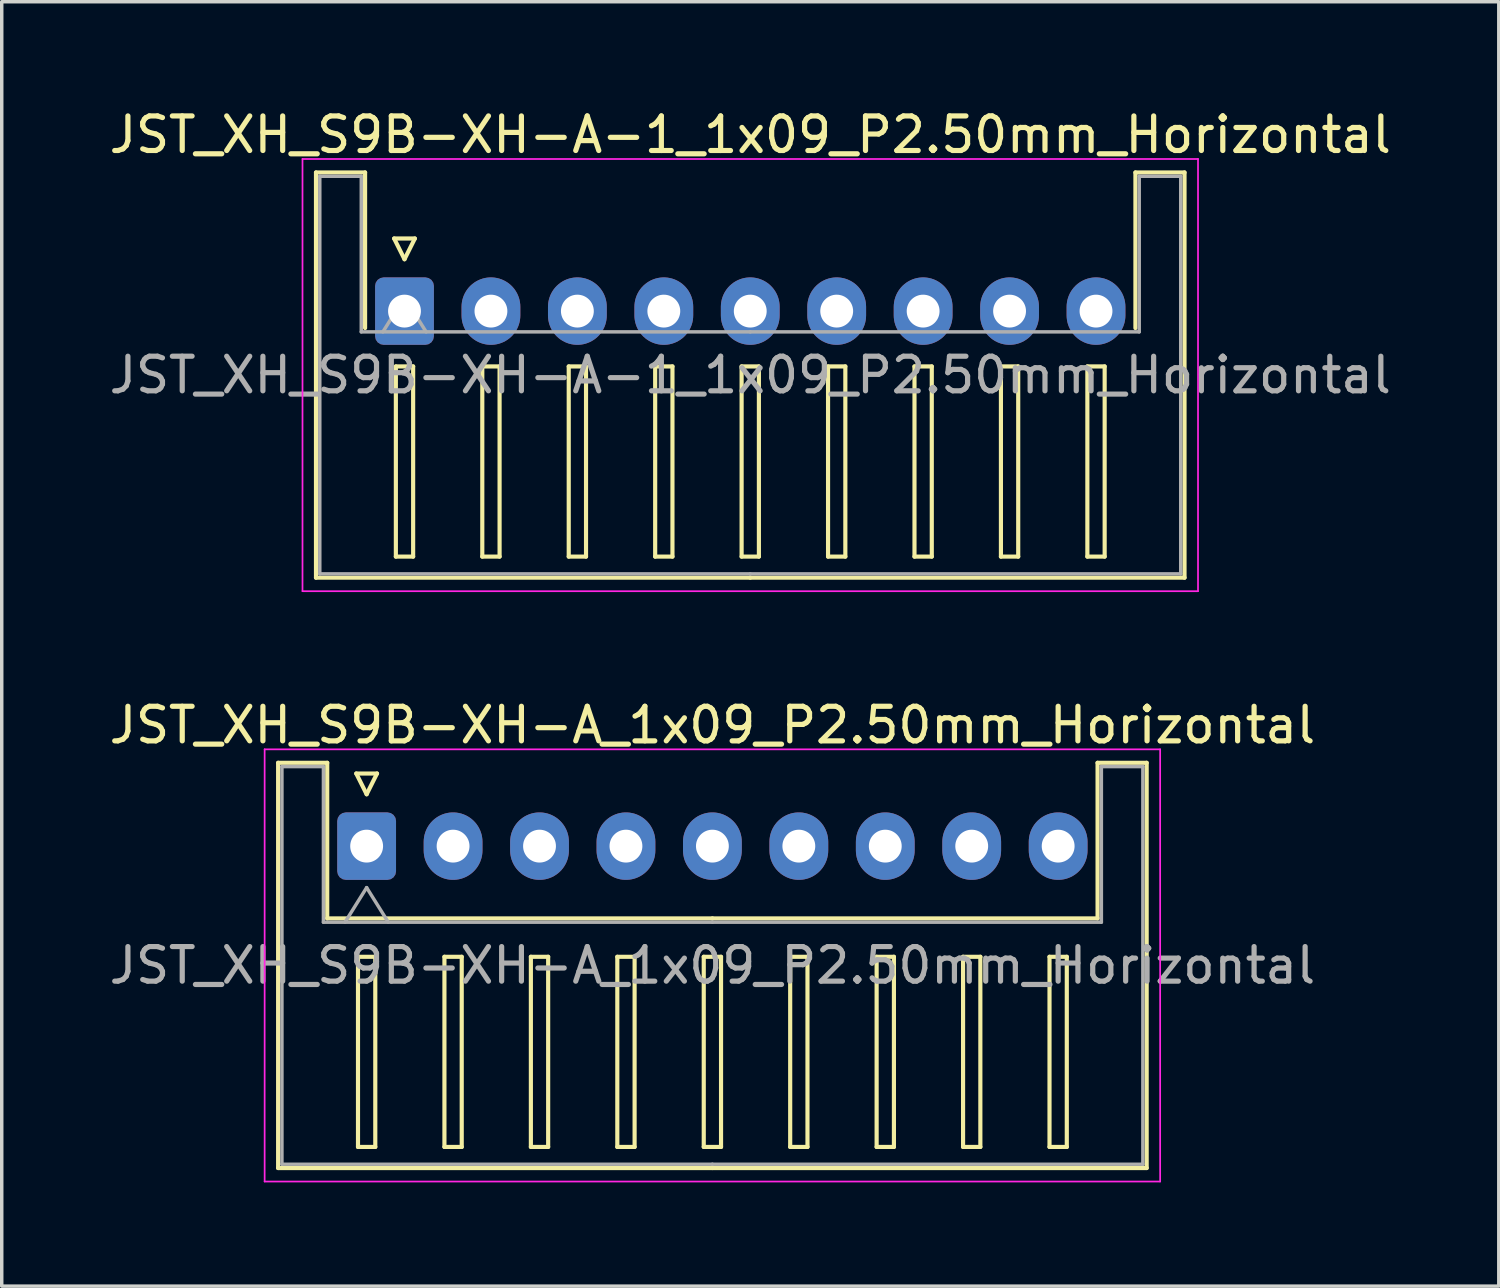
<source format=kicad_pcb>
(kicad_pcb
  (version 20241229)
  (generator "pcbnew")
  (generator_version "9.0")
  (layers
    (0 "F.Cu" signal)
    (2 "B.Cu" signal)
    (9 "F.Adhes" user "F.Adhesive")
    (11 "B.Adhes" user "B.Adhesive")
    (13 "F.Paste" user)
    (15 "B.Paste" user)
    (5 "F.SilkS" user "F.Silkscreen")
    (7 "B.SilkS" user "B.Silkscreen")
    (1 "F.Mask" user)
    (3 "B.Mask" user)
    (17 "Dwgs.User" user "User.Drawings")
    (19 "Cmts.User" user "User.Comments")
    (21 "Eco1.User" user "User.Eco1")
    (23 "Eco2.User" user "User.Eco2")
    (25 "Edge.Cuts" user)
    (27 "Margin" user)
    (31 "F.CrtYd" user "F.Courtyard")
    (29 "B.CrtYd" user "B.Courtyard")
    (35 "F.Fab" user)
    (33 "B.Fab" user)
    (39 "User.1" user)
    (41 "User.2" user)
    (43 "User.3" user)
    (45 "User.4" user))
  (footprint "JST_XH_S9B-XH-A-1_1x09_P2.50mm_Horizontal"
    (layer "F.Cu")
    (at 8.649 5.948)
    (property "Reference" "JST_XH_S9B-XH-A-1_1x09_P2.50mm_Horizontal" (at 10 -5.1 0) (layer "F.SilkS") (effects (font (size 1 1) (thickness 0.15))))
    (attr through_hole)
    (fp_line (start -2.56 -4.01) (end -1.14 -4.01) (stroke (width 0.12) (type solid)) (layer "F.SilkS"))
    (fp_line (start -2.56 7.71) (end -2.56 -4.01) (stroke (width 0.12) (type solid)) (layer "F.SilkS"))
    (fp_line (start -1.14 -4.01) (end -1.14 0.49) (stroke (width 0.12) (type solid)) (layer "F.SilkS"))
    (fp_line (start -0.3 -2.1) (end 0.3 -2.1) (stroke (width 0.12) (type solid)) (layer "F.SilkS"))
    (fp_line (start -0.25 1.6) (end -0.25 7.1) (stroke (width 0.12) (type solid)) (layer "F.SilkS"))
    (fp_line (start -0.25 7.1) (end 0.25 7.1) (stroke (width 0.12) (type solid)) (layer "F.SilkS"))
    (fp_line (start 0 -1.5) (end -0.3 -2.1) (stroke (width 0.12) (type solid)) (layer "F.SilkS"))
    (fp_line (start 0.25 1.6) (end -0.25 1.6) (stroke (width 0.12) (type solid)) (layer "F.SilkS"))
    (fp_line (start 0.25 7.1) (end 0.25 1.6) (stroke (width 0.12) (type solid)) (layer "F.SilkS"))
    (fp_line (start 0.3 -2.1) (end 0 -1.5) (stroke (width 0.12) (type solid)) (layer "F.SilkS"))
    (fp_line (start 2.25 1.6) (end 2.25 7.1) (stroke (width 0.12) (type solid)) (layer "F.SilkS"))
    (fp_line (start 2.25 7.1) (end 2.75 7.1) (stroke (width 0.12) (type solid)) (layer "F.SilkS"))
    (fp_line (start 2.75 1.6) (end 2.25 1.6) (stroke (width 0.12) (type solid)) (layer "F.SilkS"))
    (fp_line (start 2.75 7.1) (end 2.75 1.6) (stroke (width 0.12) (type solid)) (layer "F.SilkS"))
    (fp_line (start 4.75 1.6) (end 4.75 7.1) (stroke (width 0.12) (type solid)) (layer "F.SilkS"))
    (fp_line (start 4.75 7.1) (end 5.25 7.1) (stroke (width 0.12) (type solid)) (layer "F.SilkS"))
    (fp_line (start 5.25 1.6) (end 4.75 1.6) (stroke (width 0.12) (type solid)) (layer "F.SilkS"))
    (fp_line (start 5.25 7.1) (end 5.25 1.6) (stroke (width 0.12) (type solid)) (layer "F.SilkS"))
    (fp_line (start 7.25 1.6) (end 7.25 7.1) (stroke (width 0.12) (type solid)) (layer "F.SilkS"))
    (fp_line (start 7.25 7.1) (end 7.75 7.1) (stroke (width 0.12) (type solid)) (layer "F.SilkS"))
    (fp_line (start 7.75 1.6) (end 7.25 1.6) (stroke (width 0.12) (type solid)) (layer "F.SilkS"))
    (fp_line (start 7.75 7.1) (end 7.75 1.6) (stroke (width 0.12) (type solid)) (layer "F.SilkS"))
    (fp_line (start 9.75 1.6) (end 9.75 7.1) (stroke (width 0.12) (type solid)) (layer "F.SilkS"))
    (fp_line (start 9.75 7.1) (end 10.25 7.1) (stroke (width 0.12) (type solid)) (layer "F.SilkS"))
    (fp_line (start 10 7.71) (end -2.56 7.71) (stroke (width 0.12) (type solid)) (layer "F.SilkS"))
    (fp_line (start 10 7.71) (end 22.56 7.71) (stroke (width 0.12) (type solid)) (layer "F.SilkS"))
    (fp_line (start 10.25 1.6) (end 9.75 1.6) (stroke (width 0.12) (type solid)) (layer "F.SilkS"))
    (fp_line (start 10.25 7.1) (end 10.25 1.6) (stroke (width 0.12) (type solid)) (layer "F.SilkS"))
    (fp_line (start 12.25 1.6) (end 12.25 7.1) (stroke (width 0.12) (type solid)) (layer "F.SilkS"))
    (fp_line (start 12.25 7.1) (end 12.75 7.1) (stroke (width 0.12) (type solid)) (layer "F.SilkS"))
    (fp_line (start 12.75 1.6) (end 12.25 1.6) (stroke (width 0.12) (type solid)) (layer "F.SilkS"))
    (fp_line (start 12.75 7.1) (end 12.75 1.6) (stroke (width 0.12) (type solid)) (layer "F.SilkS"))
    (fp_line (start 14.75 1.6) (end 14.75 7.1) (stroke (width 0.12) (type solid)) (layer "F.SilkS"))
    (fp_line (start 14.75 7.1) (end 15.25 7.1) (stroke (width 0.12) (type solid)) (layer "F.SilkS"))
    (fp_line (start 15.25 1.6) (end 14.75 1.6) (stroke (width 0.12) (type solid)) (layer "F.SilkS"))
    (fp_line (start 15.25 7.1) (end 15.25 1.6) (stroke (width 0.12) (type solid)) (layer "F.SilkS"))
    (fp_line (start 17.25 1.6) (end 17.25 7.1) (stroke (width 0.12) (type solid)) (layer "F.SilkS"))
    (fp_line (start 17.25 7.1) (end 17.75 7.1) (stroke (width 0.12) (type solid)) (layer "F.SilkS"))
    (fp_line (start 17.75 1.6) (end 17.25 1.6) (stroke (width 0.12) (type solid)) (layer "F.SilkS"))
    (fp_line (start 17.75 7.1) (end 17.75 1.6) (stroke (width 0.12) (type solid)) (layer "F.SilkS"))
    (fp_line (start 19.75 1.6) (end 19.75 7.1) (stroke (width 0.12) (type solid)) (layer "F.SilkS"))
    (fp_line (start 19.75 7.1) (end 20.25 7.1) (stroke (width 0.12) (type solid)) (layer "F.SilkS"))
    (fp_line (start 20.25 1.6) (end 19.75 1.6) (stroke (width 0.12) (type solid)) (layer "F.SilkS"))
    (fp_line (start 20.25 7.1) (end 20.25 1.6) (stroke (width 0.12) (type solid)) (layer "F.SilkS"))
    (fp_line (start 21.14 -4.01) (end 21.14 0.49) (stroke (width 0.12) (type solid)) (layer "F.SilkS"))
    (fp_line (start 22.56 -4.01) (end 21.14 -4.01) (stroke (width 0.12) (type solid)) (layer "F.SilkS"))
    (fp_line (start 22.56 7.71) (end 22.56 -4.01) (stroke (width 0.12) (type solid)) (layer "F.SilkS"))
    (fp_line (start -2.95 -4.4) (end -2.95 8.1) (stroke (width 0.05) (type solid)) (layer "F.CrtYd"))
    (fp_line (start -2.95 8.1) (end 22.95 8.1) (stroke (width 0.05) (type solid)) (layer "F.CrtYd"))
    (fp_line (start 22.95 -4.4) (end -2.95 -4.4) (stroke (width 0.05) (type solid)) (layer "F.CrtYd"))
    (fp_line (start 22.95 8.1) (end 22.95 -4.4) (stroke (width 0.05) (type solid)) (layer "F.CrtYd"))
    (fp_line (start -2.45 -3.9) (end -1.25 -3.9) (stroke (width 0.1) (type solid)) (layer "F.Fab"))
    (fp_line (start -2.45 7.6) (end -2.45 -3.9) (stroke (width 0.1) (type solid)) (layer "F.Fab"))
    (fp_line (start -1.25 -3.9) (end -1.25 0.6) (stroke (width 0.1) (type solid)) (layer "F.Fab"))
    (fp_line (start -1.25 0.6) (end 10 0.6) (stroke (width 0.1) (type solid)) (layer "F.Fab"))
    (fp_line (start -0.625 0.6) (end 0 -0.4) (stroke (width 0.1) (type solid)) (layer "F.Fab"))
    (fp_line (start 0 -0.4) (end 0.625 0.6) (stroke (width 0.1) (type solid)) (layer "F.Fab"))
    (fp_line (start 10 7.6) (end -2.45 7.6) (stroke (width 0.1) (type solid)) (layer "F.Fab"))
    (fp_line (start 10 7.6) (end 22.45 7.6) (stroke (width 0.1) (type solid)) (layer "F.Fab"))
    (fp_line (start 21.25 -3.9) (end 21.25 0.6) (stroke (width 0.1) (type solid)) (layer "F.Fab"))
    (fp_line (start 21.25 0.6) (end 10 0.6) (stroke (width 0.1) (type solid)) (layer "F.Fab"))
    (fp_line (start 22.45 -3.9) (end 21.25 -3.9) (stroke (width 0.1) (type solid)) (layer "F.Fab"))
    (fp_line (start 22.45 7.6) (end 22.45 -3.9) (stroke (width 0.1) (type solid)) (layer "F.Fab"))
    (fp_text user "${REFERENCE}" (at 10 1.85 0) (layer "F.Fab") (effects (font (size 1 1) (thickness 0.15))))
    (pad "1" thru_hole roundrect (at 0 0) (size 1.7 1.95) (drill 0.95) (layers "*.Cu" "*.Mask") (roundrect_rratio 0.147))
    (pad "2" thru_hole oval (at 2.5 0) (size 1.7 1.95) (drill 0.95) (layers "*.Cu" "*.Mask"))
    (pad "3" thru_hole oval (at 5 0) (size 1.7 1.95) (drill 0.95) (layers "*.Cu" "*.Mask"))
    (pad "4" thru_hole oval (at 7.5 0) (size 1.7 1.95) (drill 0.95) (layers "*.Cu" "*.Mask"))
    (pad "5" thru_hole oval (at 10 0) (size 1.7 1.95) (drill 0.95) (layers "*.Cu" "*.Mask"))
    (pad "6" thru_hole oval (at 12.5 0) (size 1.7 1.95) (drill 0.95) (layers "*.Cu" "*.Mask"))
    (pad "7" thru_hole oval (at 15 0) (size 1.7 1.95) (drill 0.95) (layers "*.Cu" "*.Mask"))
    (pad "8" thru_hole oval (at 17.5 0) (size 1.7 1.95) (drill 0.95) (layers "*.Cu" "*.Mask"))
    (pad "9" thru_hole oval (at 20 0) (size 1.7 1.95) (drill 0.95) (layers "*.Cu" "*.Mask")))
  (footprint "JST_XH_S9B-XH-A_1x09_P2.50mm_Horizontal"
    (layer "F.Cu")
    (at 7.554 21.422)
    (property "Reference" "JST_XH_S9B-XH-A_1x09_P2.50mm_Horizontal" (at 10 -3.5 0) (layer "F.SilkS") (effects (font (size 1 1) (thickness 0.15))))
    (attr through_hole)
    (fp_line (start -2.56 -2.41) (end -1.14 -2.41) (stroke (width 0.12) (type solid)) (layer "F.SilkS"))
    (fp_line (start -2.56 9.31) (end -2.56 -2.41) (stroke (width 0.12) (type solid)) (layer "F.SilkS"))
    (fp_line (start -1.14 -2.41) (end -1.14 2.09) (stroke (width 0.12) (type solid)) (layer "F.SilkS"))
    (fp_line (start -1.14 2.09) (end 10 2.09) (stroke (width 0.12) (type solid)) (layer "F.SilkS"))
    (fp_line (start -0.3 -2.1) (end 0.3 -2.1) (stroke (width 0.12) (type solid)) (layer "F.SilkS"))
    (fp_line (start -0.25 3.2) (end -0.25 8.7) (stroke (width 0.12) (type solid)) (layer "F.SilkS"))
    (fp_line (start -0.25 8.7) (end 0.25 8.7) (stroke (width 0.12) (type solid)) (layer "F.SilkS"))
    (fp_line (start 0 -1.5) (end -0.3 -2.1) (stroke (width 0.12) (type solid)) (layer "F.SilkS"))
    (fp_line (start 0.25 3.2) (end -0.25 3.2) (stroke (width 0.12) (type solid)) (layer "F.SilkS"))
    (fp_line (start 0.25 8.7) (end 0.25 3.2) (stroke (width 0.12) (type solid)) (layer "F.SilkS"))
    (fp_line (start 0.3 -2.1) (end 0 -1.5) (stroke (width 0.12) (type solid)) (layer "F.SilkS"))
    (fp_line (start 2.25 3.2) (end 2.25 8.7) (stroke (width 0.12) (type solid)) (layer "F.SilkS"))
    (fp_line (start 2.25 8.7) (end 2.75 8.7) (stroke (width 0.12) (type solid)) (layer "F.SilkS"))
    (fp_line (start 2.75 3.2) (end 2.25 3.2) (stroke (width 0.12) (type solid)) (layer "F.SilkS"))
    (fp_line (start 2.75 8.7) (end 2.75 3.2) (stroke (width 0.12) (type solid)) (layer "F.SilkS"))
    (fp_line (start 4.75 3.2) (end 4.75 8.7) (stroke (width 0.12) (type solid)) (layer "F.SilkS"))
    (fp_line (start 4.75 8.7) (end 5.25 8.7) (stroke (width 0.12) (type solid)) (layer "F.SilkS"))
    (fp_line (start 5.25 3.2) (end 4.75 3.2) (stroke (width 0.12) (type solid)) (layer "F.SilkS"))
    (fp_line (start 5.25 8.7) (end 5.25 3.2) (stroke (width 0.12) (type solid)) (layer "F.SilkS"))
    (fp_line (start 7.25 3.2) (end 7.25 8.7) (stroke (width 0.12) (type solid)) (layer "F.SilkS"))
    (fp_line (start 7.25 8.7) (end 7.75 8.7) (stroke (width 0.12) (type solid)) (layer "F.SilkS"))
    (fp_line (start 7.75 3.2) (end 7.25 3.2) (stroke (width 0.12) (type solid)) (layer "F.SilkS"))
    (fp_line (start 7.75 8.7) (end 7.75 3.2) (stroke (width 0.12) (type solid)) (layer "F.SilkS"))
    (fp_line (start 9.75 3.2) (end 9.75 8.7) (stroke (width 0.12) (type solid)) (layer "F.SilkS"))
    (fp_line (start 9.75 8.7) (end 10.25 8.7) (stroke (width 0.12) (type solid)) (layer "F.SilkS"))
    (fp_line (start 10 9.31) (end -2.56 9.31) (stroke (width 0.12) (type solid)) (layer "F.SilkS"))
    (fp_line (start 10 9.31) (end 22.56 9.31) (stroke (width 0.12) (type solid)) (layer "F.SilkS"))
    (fp_line (start 10.25 3.2) (end 9.75 3.2) (stroke (width 0.12) (type solid)) (layer "F.SilkS"))
    (fp_line (start 10.25 8.7) (end 10.25 3.2) (stroke (width 0.12) (type solid)) (layer "F.SilkS"))
    (fp_line (start 12.25 3.2) (end 12.25 8.7) (stroke (width 0.12) (type solid)) (layer "F.SilkS"))
    (fp_line (start 12.25 8.7) (end 12.75 8.7) (stroke (width 0.12) (type solid)) (layer "F.SilkS"))
    (fp_line (start 12.75 3.2) (end 12.25 3.2) (stroke (width 0.12) (type solid)) (layer "F.SilkS"))
    (fp_line (start 12.75 8.7) (end 12.75 3.2) (stroke (width 0.12) (type solid)) (layer "F.SilkS"))
    (fp_line (start 14.75 3.2) (end 14.75 8.7) (stroke (width 0.12) (type solid)) (layer "F.SilkS"))
    (fp_line (start 14.75 8.7) (end 15.25 8.7) (stroke (width 0.12) (type solid)) (layer "F.SilkS"))
    (fp_line (start 15.25 3.2) (end 14.75 3.2) (stroke (width 0.12) (type solid)) (layer "F.SilkS"))
    (fp_line (start 15.25 8.7) (end 15.25 3.2) (stroke (width 0.12) (type solid)) (layer "F.SilkS"))
    (fp_line (start 17.25 3.2) (end 17.25 8.7) (stroke (width 0.12) (type solid)) (layer "F.SilkS"))
    (fp_line (start 17.25 8.7) (end 17.75 8.7) (stroke (width 0.12) (type solid)) (layer "F.SilkS"))
    (fp_line (start 17.75 3.2) (end 17.25 3.2) (stroke (width 0.12) (type solid)) (layer "F.SilkS"))
    (fp_line (start 17.75 8.7) (end 17.75 3.2) (stroke (width 0.12) (type solid)) (layer "F.SilkS"))
    (fp_line (start 19.75 3.2) (end 19.75 8.7) (stroke (width 0.12) (type solid)) (layer "F.SilkS"))
    (fp_line (start 19.75 8.7) (end 20.25 8.7) (stroke (width 0.12) (type solid)) (layer "F.SilkS"))
    (fp_line (start 20.25 3.2) (end 19.75 3.2) (stroke (width 0.12) (type solid)) (layer "F.SilkS"))
    (fp_line (start 20.25 8.7) (end 20.25 3.2) (stroke (width 0.12) (type solid)) (layer "F.SilkS"))
    (fp_line (start 21.14 -2.41) (end 21.14 2.09) (stroke (width 0.12) (type solid)) (layer "F.SilkS"))
    (fp_line (start 21.14 2.09) (end 10 2.09) (stroke (width 0.12) (type solid)) (layer "F.SilkS"))
    (fp_line (start 22.56 -2.41) (end 21.14 -2.41) (stroke (width 0.12) (type solid)) (layer "F.SilkS"))
    (fp_line (start 22.56 9.31) (end 22.56 -2.41) (stroke (width 0.12) (type solid)) (layer "F.SilkS"))
    (fp_line (start -2.95 -2.8) (end -2.95 9.7) (stroke (width 0.05) (type solid)) (layer "F.CrtYd"))
    (fp_line (start -2.95 9.7) (end 22.95 9.7) (stroke (width 0.05) (type solid)) (layer "F.CrtYd"))
    (fp_line (start 22.95 -2.8) (end -2.95 -2.8) (stroke (width 0.05) (type solid)) (layer "F.CrtYd"))
    (fp_line (start 22.95 9.7) (end 22.95 -2.8) (stroke (width 0.05) (type solid)) (layer "F.CrtYd"))
    (fp_line (start -2.45 -2.3) (end -1.25 -2.3) (stroke (width 0.1) (type solid)) (layer "F.Fab"))
    (fp_line (start -2.45 9.2) (end -2.45 -2.3) (stroke (width 0.1) (type solid)) (layer "F.Fab"))
    (fp_line (start -1.25 -2.3) (end -1.25 2.2) (stroke (width 0.1) (type solid)) (layer "F.Fab"))
    (fp_line (start -1.25 2.2) (end 10 2.2) (stroke (width 0.1) (type solid)) (layer "F.Fab"))
    (fp_line (start -0.625 2.2) (end 0 1.2) (stroke (width 0.1) (type solid)) (layer "F.Fab"))
    (fp_line (start 0 1.2) (end 0.625 2.2) (stroke (width 0.1) (type solid)) (layer "F.Fab"))
    (fp_line (start 10 9.2) (end -2.45 9.2) (stroke (width 0.1) (type solid)) (layer "F.Fab"))
    (fp_line (start 10 9.2) (end 22.45 9.2) (stroke (width 0.1) (type solid)) (layer "F.Fab"))
    (fp_line (start 21.25 -2.3) (end 21.25 2.2) (stroke (width 0.1) (type solid)) (layer "F.Fab"))
    (fp_line (start 21.25 2.2) (end 10 2.2) (stroke (width 0.1) (type solid)) (layer "F.Fab"))
    (fp_line (start 22.45 -2.3) (end 21.25 -2.3) (stroke (width 0.1) (type solid)) (layer "F.Fab"))
    (fp_line (start 22.45 9.2) (end 22.45 -2.3) (stroke (width 0.1) (type solid)) (layer "F.Fab"))
    (fp_text user "${REFERENCE}" (at 10 3.45 0) (layer "F.Fab") (effects (font (size 1 1) (thickness 0.15))))
    (pad "1" thru_hole roundrect (at 0 0) (size 1.7 1.95) (drill 0.95) (layers "*.Cu" "*.Mask") (roundrect_rratio 0.147))
    (pad "2" thru_hole oval (at 2.5 0) (size 1.7 1.95) (drill 0.95) (layers "*.Cu" "*.Mask"))
    (pad "3" thru_hole oval (at 5 0) (size 1.7 1.95) (drill 0.95) (layers "*.Cu" "*.Mask"))
    (pad "4" thru_hole oval (at 7.5 0) (size 1.7 1.95) (drill 0.95) (layers "*.Cu" "*.Mask"))
    (pad "5" thru_hole oval (at 10 0) (size 1.7 1.95) (drill 0.95) (layers "*.Cu" "*.Mask"))
    (pad "6" thru_hole oval (at 12.5 0) (size 1.7 1.95) (drill 0.95) (layers "*.Cu" "*.Mask"))
    (pad "7" thru_hole oval (at 15 0) (size 1.7 1.95) (drill 0.95) (layers "*.Cu" "*.Mask"))
    (pad "8" thru_hole oval (at 17.5 0) (size 1.7 1.95) (drill 0.95) (layers "*.Cu" "*.Mask"))
    (pad "9" thru_hole oval (at 20 0) (size 1.7 1.95) (drill 0.95) (layers "*.Cu" "*.Mask")))
  (gr_rect
    (start -3 -3)
    (end 40.298 34.147)
    (stroke (width 0.1) (type default))
    (fill no)
    (layer "Edge.Cuts")))
</source>
